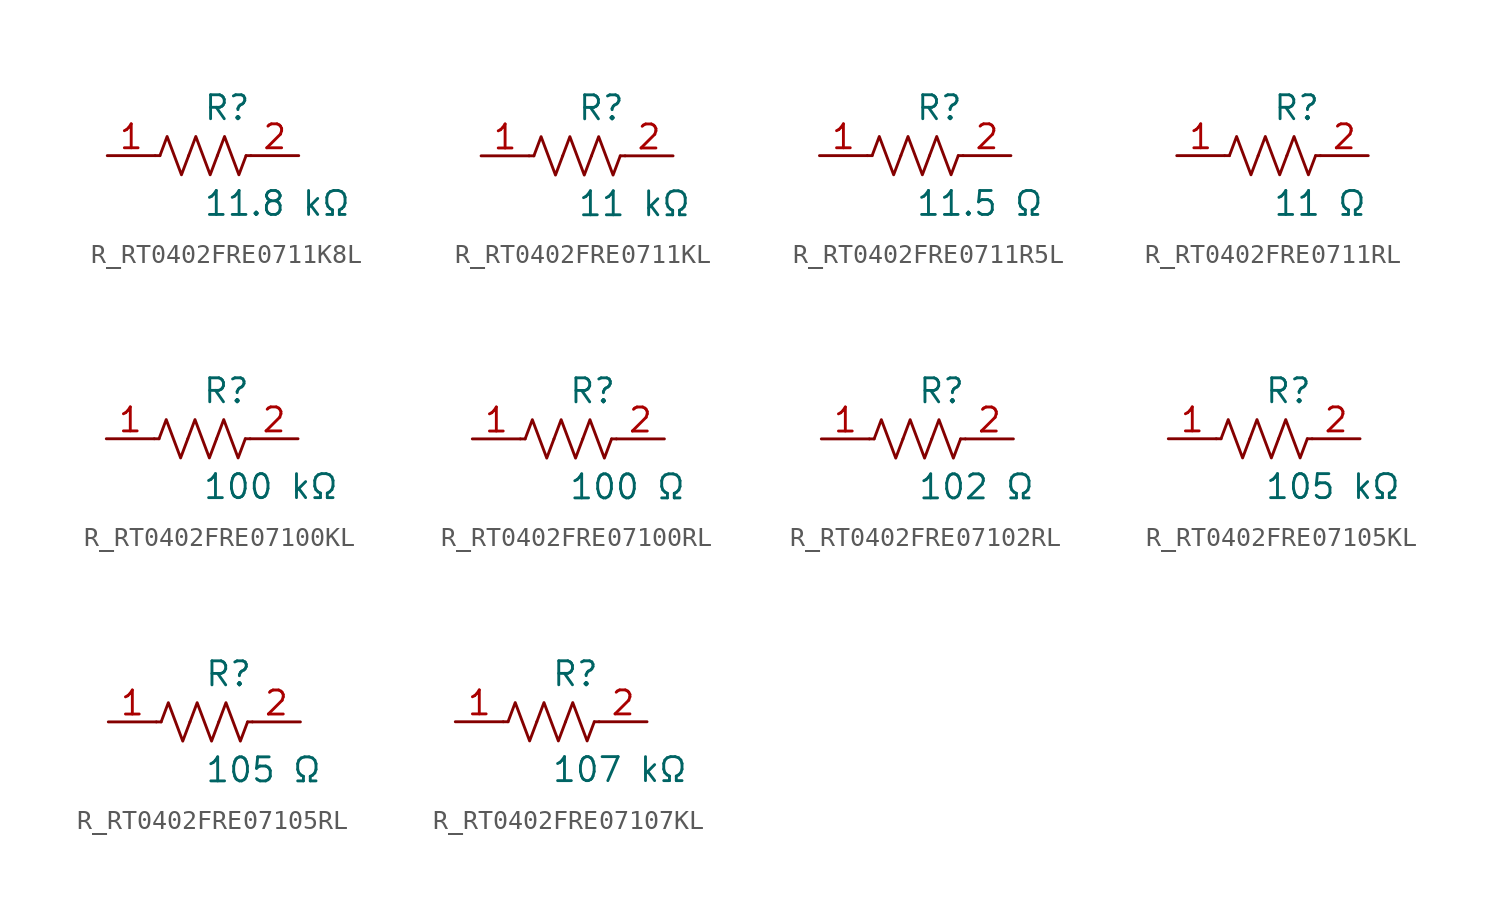
<source format=kicad_sym>
(kicad_symbol_lib
  (version 20231120)
  (generator kicad_symbol_editor)
  (generator_version 8.0)
  (symbol "R_RT0402FRE0711K8L"
    (pin_names
      (offset 0.254))
    (property "Reference" "R"
      (at 0.0 2.54 0)
      (effects (font (size 1.27 1.27)) (justify left)))
    (property "Value" "11.8 kΩ"
      (at 0.0 -2.54 0)
      (effects (font (size 1.27 1.27)) (justify left)))
    (symbol "R_RT0402FRE0711K8L_0_1"
      (polyline (pts (xy 2.286 0) (xy 2.54 0)) (stroke (width 0) (type default)) (fill (type none)))
      (polyline (pts (xy -2.286 0) (xy -2.54 0)) (stroke (width 0) (type default)) (fill (type none)))
      (polyline (pts (xy 0.762 0) (xy 1.143 1.016) (xy 1.524 0) (xy 1.905 -1.016) (xy 2.286 0)) (stroke (width 0) (type default)) (fill (type none)))
      (polyline (pts (xy -0.762 0) (xy -0.381 1.016) (xy 0 0) (xy 0.381 -1.016) (xy 0.762 0)) (stroke (width 0) (type default)) (fill (type none)))
      (polyline (pts (xy -2.286 0) (xy -1.905 1.016) (xy -1.524 0) (xy -1.143 -1.016) (xy -0.762 0)) (stroke (width 0) (type default)) (fill (type none))))
    (pin unspecified line
      (at -5.08 0 0)
      (length 2.54)
      (name "" (effects (font (size 1.27 1.27))))
      (number "1" (effects (font (size 1.27 1.27)))))
    (pin unspecified line
      (at 5.08 0 180)
      (length 2.54)
      (name "" (effects (font (size 1.27 1.27))))
      (number "2" (effects (font (size 1.27 1.27))))))
  (symbol "R_RT0402FRE0711KL"
    (pin_names
      (offset 0.254))
    (property "Reference" "R"
      (at 0.0 2.54 0)
      (effects (font (size 1.27 1.27)) (justify left)))
    (property "Value" "11 kΩ"
      (at 0.0 -2.54 0)
      (effects (font (size 1.27 1.27)) (justify left)))
    (symbol "R_RT0402FRE0711KL_0_1"
      (polyline (pts (xy 2.286 0) (xy 2.54 0)) (stroke (width 0) (type default)) (fill (type none)))
      (polyline (pts (xy -2.286 0) (xy -2.54 0)) (stroke (width 0) (type default)) (fill (type none)))
      (polyline (pts (xy 0.762 0) (xy 1.143 1.016) (xy 1.524 0) (xy 1.905 -1.016) (xy 2.286 0)) (stroke (width 0) (type default)) (fill (type none)))
      (polyline (pts (xy -0.762 0) (xy -0.381 1.016) (xy 0 0) (xy 0.381 -1.016) (xy 0.762 0)) (stroke (width 0) (type default)) (fill (type none)))
      (polyline (pts (xy -2.286 0) (xy -1.905 1.016) (xy -1.524 0) (xy -1.143 -1.016) (xy -0.762 0)) (stroke (width 0) (type default)) (fill (type none))))
    (pin unspecified line
      (at -5.08 0 0)
      (length 2.54)
      (name "" (effects (font (size 1.27 1.27))))
      (number "1" (effects (font (size 1.27 1.27)))))
    (pin unspecified line
      (at 5.08 0 180)
      (length 2.54)
      (name "" (effects (font (size 1.27 1.27))))
      (number "2" (effects (font (size 1.27 1.27))))))
  (symbol "R_RT0402FRE0711R5L"
    (pin_names
      (offset 0.254))
    (property "Reference" "R"
      (at 0.0 2.54 0)
      (effects (font (size 1.27 1.27)) (justify left)))
    (property "Value" "11.5 Ω"
      (at 0.0 -2.54 0)
      (effects (font (size 1.27 1.27)) (justify left)))
    (symbol "R_RT0402FRE0711R5L_0_1"
      (polyline (pts (xy 2.286 0) (xy 2.54 0)) (stroke (width 0) (type default)) (fill (type none)))
      (polyline (pts (xy -2.286 0) (xy -2.54 0)) (stroke (width 0) (type default)) (fill (type none)))
      (polyline (pts (xy 0.762 0) (xy 1.143 1.016) (xy 1.524 0) (xy 1.905 -1.016) (xy 2.286 0)) (stroke (width 0) (type default)) (fill (type none)))
      (polyline (pts (xy -0.762 0) (xy -0.381 1.016) (xy 0 0) (xy 0.381 -1.016) (xy 0.762 0)) (stroke (width 0) (type default)) (fill (type none)))
      (polyline (pts (xy -2.286 0) (xy -1.905 1.016) (xy -1.524 0) (xy -1.143 -1.016) (xy -0.762 0)) (stroke (width 0) (type default)) (fill (type none))))
    (pin unspecified line
      (at -5.08 0 0)
      (length 2.54)
      (name "" (effects (font (size 1.27 1.27))))
      (number "1" (effects (font (size 1.27 1.27)))))
    (pin unspecified line
      (at 5.08 0 180)
      (length 2.54)
      (name "" (effects (font (size 1.27 1.27))))
      (number "2" (effects (font (size 1.27 1.27))))))
  (symbol "R_RT0402FRE0711RL"
    (pin_names
      (offset 0.254))
    (property "Reference" "R"
      (at 0.0 2.54 0)
      (effects (font (size 1.27 1.27)) (justify left)))
    (property "Value" "11 Ω"
      (at 0.0 -2.54 0)
      (effects (font (size 1.27 1.27)) (justify left)))
    (symbol "R_RT0402FRE0711RL_0_1"
      (polyline (pts (xy 2.286 0) (xy 2.54 0)) (stroke (width 0) (type default)) (fill (type none)))
      (polyline (pts (xy -2.286 0) (xy -2.54 0)) (stroke (width 0) (type default)) (fill (type none)))
      (polyline (pts (xy 0.762 0) (xy 1.143 1.016) (xy 1.524 0) (xy 1.905 -1.016) (xy 2.286 0)) (stroke (width 0) (type default)) (fill (type none)))
      (polyline (pts (xy -0.762 0) (xy -0.381 1.016) (xy 0 0) (xy 0.381 -1.016) (xy 0.762 0)) (stroke (width 0) (type default)) (fill (type none)))
      (polyline (pts (xy -2.286 0) (xy -1.905 1.016) (xy -1.524 0) (xy -1.143 -1.016) (xy -0.762 0)) (stroke (width 0) (type default)) (fill (type none))))
    (pin unspecified line
      (at -5.08 0 0)
      (length 2.54)
      (name "" (effects (font (size 1.27 1.27))))
      (number "1" (effects (font (size 1.27 1.27)))))
    (pin unspecified line
      (at 5.08 0 180)
      (length 2.54)
      (name "" (effects (font (size 1.27 1.27))))
      (number "2" (effects (font (size 1.27 1.27))))))
  (symbol "R_RT0402FRE07100KL"
    (pin_names
      (offset 0.254))
    (property "Reference" "R"
      (at 0.0 2.54 0)
      (effects (font (size 1.27 1.27)) (justify left)))
    (property "Value" "100 kΩ"
      (at 0.0 -2.54 0)
      (effects (font (size 1.27 1.27)) (justify left)))
    (symbol "R_RT0402FRE07100KL_0_1"
      (polyline (pts (xy 2.286 0) (xy 2.54 0)) (stroke (width 0) (type default)) (fill (type none)))
      (polyline (pts (xy -2.286 0) (xy -2.54 0)) (stroke (width 0) (type default)) (fill (type none)))
      (polyline (pts (xy 0.762 0) (xy 1.143 1.016) (xy 1.524 0) (xy 1.905 -1.016) (xy 2.286 0)) (stroke (width 0) (type default)) (fill (type none)))
      (polyline (pts (xy -0.762 0) (xy -0.381 1.016) (xy 0 0) (xy 0.381 -1.016) (xy 0.762 0)) (stroke (width 0) (type default)) (fill (type none)))
      (polyline (pts (xy -2.286 0) (xy -1.905 1.016) (xy -1.524 0) (xy -1.143 -1.016) (xy -0.762 0)) (stroke (width 0) (type default)) (fill (type none))))
    (pin unspecified line
      (at -5.08 0 0)
      (length 2.54)
      (name "" (effects (font (size 1.27 1.27))))
      (number "1" (effects (font (size 1.27 1.27)))))
    (pin unspecified line
      (at 5.08 0 180)
      (length 2.54)
      (name "" (effects (font (size 1.27 1.27))))
      (number "2" (effects (font (size 1.27 1.27))))))
  (symbol "R_RT0402FRE07100RL"
    (pin_names
      (offset 0.254))
    (property "Reference" "R"
      (at 0.0 2.54 0)
      (effects (font (size 1.27 1.27)) (justify left)))
    (property "Value" "100 Ω"
      (at 0.0 -2.54 0)
      (effects (font (size 1.27 1.27)) (justify left)))
    (symbol "R_RT0402FRE07100RL_0_1"
      (polyline (pts (xy 2.286 0) (xy 2.54 0)) (stroke (width 0) (type default)) (fill (type none)))
      (polyline (pts (xy -2.286 0) (xy -2.54 0)) (stroke (width 0) (type default)) (fill (type none)))
      (polyline (pts (xy 0.762 0) (xy 1.143 1.016) (xy 1.524 0) (xy 1.905 -1.016) (xy 2.286 0)) (stroke (width 0) (type default)) (fill (type none)))
      (polyline (pts (xy -0.762 0) (xy -0.381 1.016) (xy 0 0) (xy 0.381 -1.016) (xy 0.762 0)) (stroke (width 0) (type default)) (fill (type none)))
      (polyline (pts (xy -2.286 0) (xy -1.905 1.016) (xy -1.524 0) (xy -1.143 -1.016) (xy -0.762 0)) (stroke (width 0) (type default)) (fill (type none))))
    (pin unspecified line
      (at -5.08 0 0)
      (length 2.54)
      (name "" (effects (font (size 1.27 1.27))))
      (number "1" (effects (font (size 1.27 1.27)))))
    (pin unspecified line
      (at 5.08 0 180)
      (length 2.54)
      (name "" (effects (font (size 1.27 1.27))))
      (number "2" (effects (font (size 1.27 1.27))))))
  (symbol "R_RT0402FRE07102RL"
    (pin_names
      (offset 0.254))
    (property "Reference" "R"
      (at 0.0 2.54 0)
      (effects (font (size 1.27 1.27)) (justify left)))
    (property "Value" "102 Ω"
      (at 0.0 -2.54 0)
      (effects (font (size 1.27 1.27)) (justify left)))
    (symbol "R_RT0402FRE07102RL_0_1"
      (polyline (pts (xy 2.286 0) (xy 2.54 0)) (stroke (width 0) (type default)) (fill (type none)))
      (polyline (pts (xy -2.286 0) (xy -2.54 0)) (stroke (width 0) (type default)) (fill (type none)))
      (polyline (pts (xy 0.762 0) (xy 1.143 1.016) (xy 1.524 0) (xy 1.905 -1.016) (xy 2.286 0)) (stroke (width 0) (type default)) (fill (type none)))
      (polyline (pts (xy -0.762 0) (xy -0.381 1.016) (xy 0 0) (xy 0.381 -1.016) (xy 0.762 0)) (stroke (width 0) (type default)) (fill (type none)))
      (polyline (pts (xy -2.286 0) (xy -1.905 1.016) (xy -1.524 0) (xy -1.143 -1.016) (xy -0.762 0)) (stroke (width 0) (type default)) (fill (type none))))
    (pin unspecified line
      (at -5.08 0 0)
      (length 2.54)
      (name "" (effects (font (size 1.27 1.27))))
      (number "1" (effects (font (size 1.27 1.27)))))
    (pin unspecified line
      (at 5.08 0 180)
      (length 2.54)
      (name "" (effects (font (size 1.27 1.27))))
      (number "2" (effects (font (size 1.27 1.27))))))
  (symbol "R_RT0402FRE07105KL"
    (pin_names
      (offset 0.254))
    (property "Reference" "R"
      (at 0.0 2.54 0)
      (effects (font (size 1.27 1.27)) (justify left)))
    (property "Value" "105 kΩ"
      (at 0.0 -2.54 0)
      (effects (font (size 1.27 1.27)) (justify left)))
    (symbol "R_RT0402FRE07105KL_0_1"
      (polyline (pts (xy 2.286 0) (xy 2.54 0)) (stroke (width 0) (type default)) (fill (type none)))
      (polyline (pts (xy -2.286 0) (xy -2.54 0)) (stroke (width 0) (type default)) (fill (type none)))
      (polyline (pts (xy 0.762 0) (xy 1.143 1.016) (xy 1.524 0) (xy 1.905 -1.016) (xy 2.286 0)) (stroke (width 0) (type default)) (fill (type none)))
      (polyline (pts (xy -0.762 0) (xy -0.381 1.016) (xy 0 0) (xy 0.381 -1.016) (xy 0.762 0)) (stroke (width 0) (type default)) (fill (type none)))
      (polyline (pts (xy -2.286 0) (xy -1.905 1.016) (xy -1.524 0) (xy -1.143 -1.016) (xy -0.762 0)) (stroke (width 0) (type default)) (fill (type none))))
    (pin unspecified line
      (at -5.08 0 0)
      (length 2.54)
      (name "" (effects (font (size 1.27 1.27))))
      (number "1" (effects (font (size 1.27 1.27)))))
    (pin unspecified line
      (at 5.08 0 180)
      (length 2.54)
      (name "" (effects (font (size 1.27 1.27))))
      (number "2" (effects (font (size 1.27 1.27))))))
  (symbol "R_RT0402FRE07105RL"
    (pin_names
      (offset 0.254))
    (property "Reference" "R"
      (at 0.0 2.54 0)
      (effects (font (size 1.27 1.27)) (justify left)))
    (property "Value" "105 Ω"
      (at 0.0 -2.54 0)
      (effects (font (size 1.27 1.27)) (justify left)))
    (symbol "R_RT0402FRE07105RL_0_1"
      (polyline (pts (xy 2.286 0) (xy 2.54 0)) (stroke (width 0) (type default)) (fill (type none)))
      (polyline (pts (xy -2.286 0) (xy -2.54 0)) (stroke (width 0) (type default)) (fill (type none)))
      (polyline (pts (xy 0.762 0) (xy 1.143 1.016) (xy 1.524 0) (xy 1.905 -1.016) (xy 2.286 0)) (stroke (width 0) (type default)) (fill (type none)))
      (polyline (pts (xy -0.762 0) (xy -0.381 1.016) (xy 0 0) (xy 0.381 -1.016) (xy 0.762 0)) (stroke (width 0) (type default)) (fill (type none)))
      (polyline (pts (xy -2.286 0) (xy -1.905 1.016) (xy -1.524 0) (xy -1.143 -1.016) (xy -0.762 0)) (stroke (width 0) (type default)) (fill (type none))))
    (pin unspecified line
      (at -5.08 0 0)
      (length 2.54)
      (name "" (effects (font (size 1.27 1.27))))
      (number "1" (effects (font (size 1.27 1.27)))))
    (pin unspecified line
      (at 5.08 0 180)
      (length 2.54)
      (name "" (effects (font (size 1.27 1.27))))
      (number "2" (effects (font (size 1.27 1.27))))))
  (symbol "R_RT0402FRE07107KL"
    (pin_names
      (offset 0.254))
    (property "Reference" "R"
      (at 0.0 2.54 0)
      (effects (font (size 1.27 1.27)) (justify left)))
    (property "Value" "107 kΩ"
      (at 0.0 -2.54 0)
      (effects (font (size 1.27 1.27)) (justify left)))
    (symbol "R_RT0402FRE07107KL_0_1"
      (polyline (pts (xy 2.286 0) (xy 2.54 0)) (stroke (width 0) (type default)) (fill (type none)))
      (polyline (pts (xy -2.286 0) (xy -2.54 0)) (stroke (width 0) (type default)) (fill (type none)))
      (polyline (pts (xy 0.762 0) (xy 1.143 1.016) (xy 1.524 0) (xy 1.905 -1.016) (xy 2.286 0)) (stroke (width 0) (type default)) (fill (type none)))
      (polyline (pts (xy -0.762 0) (xy -0.381 1.016) (xy 0 0) (xy 0.381 -1.016) (xy 0.762 0)) (stroke (width 0) (type default)) (fill (type none)))
      (polyline (pts (xy -2.286 0) (xy -1.905 1.016) (xy -1.524 0) (xy -1.143 -1.016) (xy -0.762 0)) (stroke (width 0) (type default)) (fill (type none))))
    (pin unspecified line
      (at -5.08 0 0)
      (length 2.54)
      (name "" (effects (font (size 1.27 1.27))))
      (number "1" (effects (font (size 1.27 1.27)))))
    (pin unspecified line
      (at 5.08 0 180)
      (length 2.54)
      (name "" (effects (font (size 1.27 1.27))))
      (number "2" (effects (font (size 1.27 1.27)))))))
</source>
